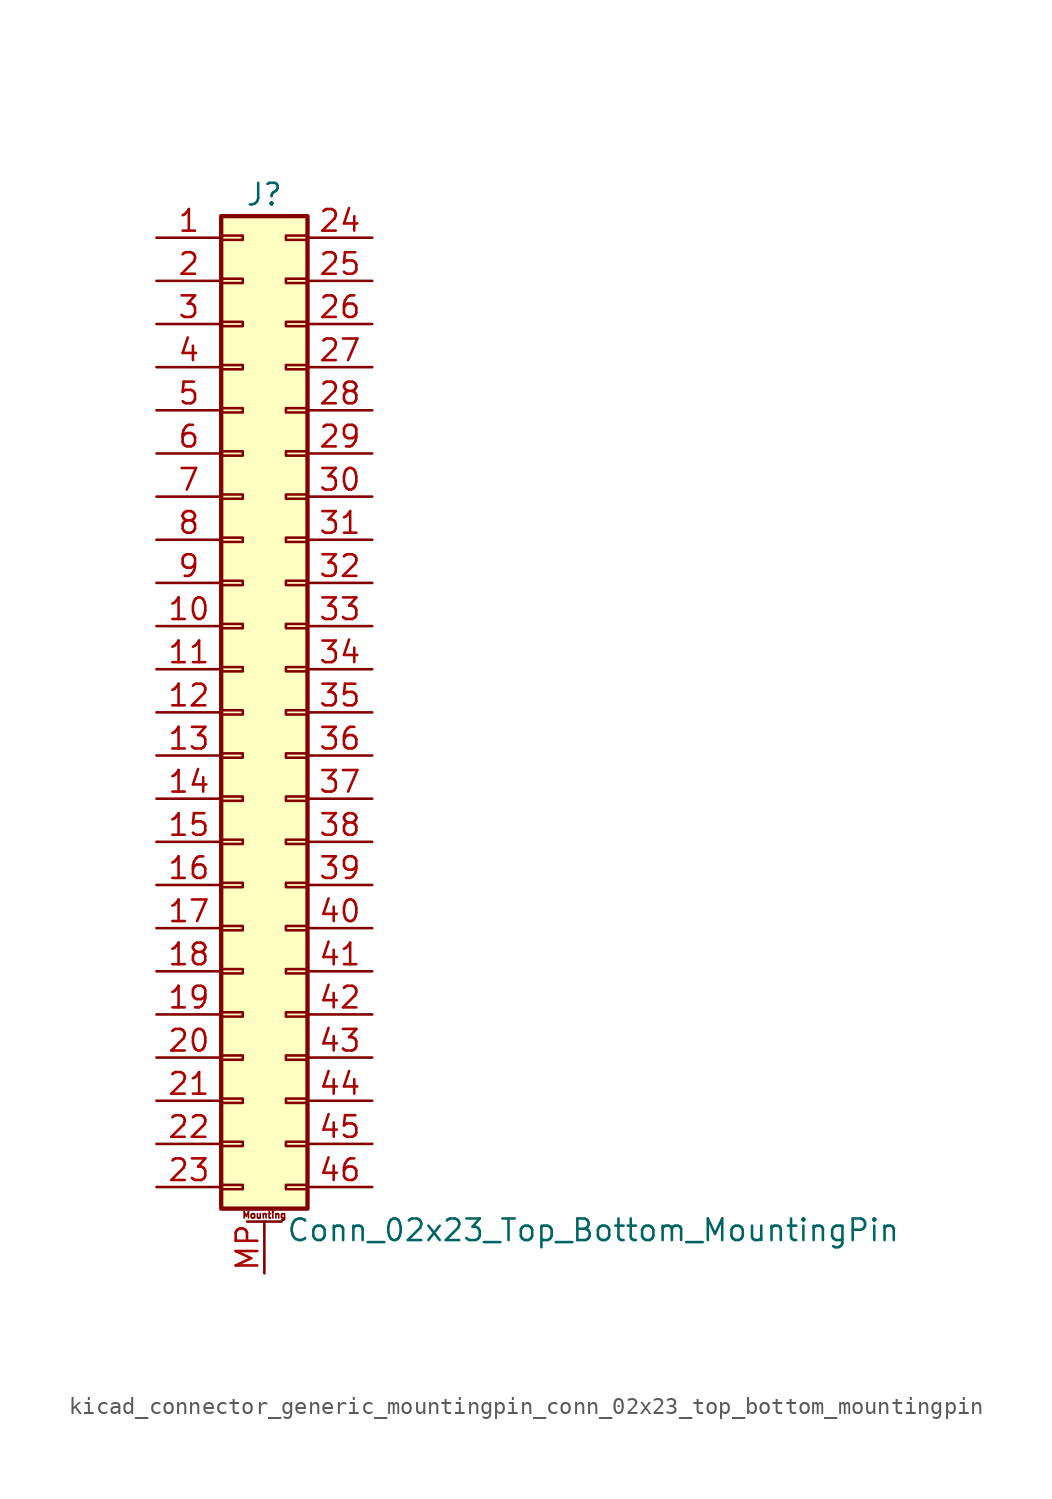
<source format=kicad_sym>
(kicad_symbol_lib
  (version 20220914)
  (generator kicad_symbol_editor)
  (symbol "kicad_connector_generic_mountingpin_conn_02x23_top_bottom_mountingpin"
    (pin_names
      (offset 1.016) hide)
    (property "Reference" "J"
      (at 1.27 30.48 0)
      (effects (font (size 1.27 1.27))))
    (property "Value" "Conn_02x23_Top_Bottom_MountingPin"
      (at 2.54 -30.48 0)
      (effects (font (size 1.27 1.27)) (justify left)))
    (symbol "kicad_connector_generic_mountingpin_conn_02x23_top_bottom_mountingpin_1_1"
      (rectangle (start -1.27 -27.813) (end 0 -28.067) (stroke (width 0.152) (type default)) (fill (type none)))
      (rectangle (start -1.27 -25.273) (end 0 -25.527) (stroke (width 0.152) (type default)) (fill (type none)))
      (rectangle (start -1.27 -22.733) (end 0 -22.987) (stroke (width 0.152) (type default)) (fill (type none)))
      (rectangle (start -1.27 -20.193) (end 0 -20.447) (stroke (width 0.152) (type default)) (fill (type none)))
      (rectangle (start -1.27 -17.653) (end 0 -17.907) (stroke (width 0.152) (type default)) (fill (type none)))
      (rectangle (start -1.27 -15.113) (end 0 -15.367) (stroke (width 0.152) (type default)) (fill (type none)))
      (rectangle (start -1.27 -12.573) (end 0 -12.827) (stroke (width 0.152) (type default)) (fill (type none)))
      (rectangle (start -1.27 -10.033) (end 0 -10.287) (stroke (width 0.152) (type default)) (fill (type none)))
      (rectangle (start -1.27 -7.493) (end 0 -7.747) (stroke (width 0.152) (type default)) (fill (type none)))
      (rectangle (start -1.27 -4.953) (end 0 -5.207) (stroke (width 0.152) (type default)) (fill (type none)))
      (rectangle (start -1.27 -2.413) (end 0 -2.667) (stroke (width 0.152) (type default)) (fill (type none)))
      (rectangle (start -1.27 0.127) (end 0 -0.127) (stroke (width 0.152) (type default)) (fill (type none)))
      (rectangle (start -1.27 2.667) (end 0 2.413) (stroke (width 0.152) (type default)) (fill (type none)))
      (rectangle (start -1.27 5.207) (end 0 4.953) (stroke (width 0.152) (type default)) (fill (type none)))
      (rectangle (start -1.27 7.747) (end 0 7.493) (stroke (width 0.152) (type default)) (fill (type none)))
      (rectangle (start -1.27 10.287) (end 0 10.033) (stroke (width 0.152) (type default)) (fill (type none)))
      (rectangle (start -1.27 12.827) (end 0 12.573) (stroke (width 0.152) (type default)) (fill (type none)))
      (rectangle (start -1.27 15.367) (end 0 15.113) (stroke (width 0.152) (type default)) (fill (type none)))
      (rectangle (start -1.27 17.907) (end 0 17.653) (stroke (width 0.152) (type default)) (fill (type none)))
      (rectangle (start -1.27 20.447) (end 0 20.193) (stroke (width 0.152) (type default)) (fill (type none)))
      (rectangle (start -1.27 22.987) (end 0 22.733) (stroke (width 0.152) (type default)) (fill (type none)))
      (rectangle (start -1.27 25.527) (end 0 25.273) (stroke (width 0.152) (type default)) (fill (type none)))
      (rectangle (start -1.27 28.067) (end 0 27.813) (stroke (width 0.152) (type default)) (fill (type none)))
      (rectangle (start -1.27 29.21) (end 3.81 -29.21) (stroke (width 0.254) (type default)) (fill (type background)))
      (polyline (pts (xy 0.254 -29.972) (xy 2.286 -29.972)) (stroke (width 0.152) (type default)) (fill (type none)))
      (rectangle (start 3.81 -27.813) (end 2.54 -28.067) (stroke (width 0.152) (type default)) (fill (type none)))
      (rectangle (start 3.81 -25.273) (end 2.54 -25.527) (stroke (width 0.152) (type default)) (fill (type none)))
      (rectangle (start 3.81 -22.733) (end 2.54 -22.987) (stroke (width 0.152) (type default)) (fill (type none)))
      (rectangle (start 3.81 -20.193) (end 2.54 -20.447) (stroke (width 0.152) (type default)) (fill (type none)))
      (rectangle (start 3.81 -17.653) (end 2.54 -17.907) (stroke (width 0.152) (type default)) (fill (type none)))
      (rectangle (start 3.81 -15.113) (end 2.54 -15.367) (stroke (width 0.152) (type default)) (fill (type none)))
      (rectangle (start 3.81 -12.573) (end 2.54 -12.827) (stroke (width 0.152) (type default)) (fill (type none)))
      (rectangle (start 3.81 -10.033) (end 2.54 -10.287) (stroke (width 0.152) (type default)) (fill (type none)))
      (rectangle (start 3.81 -7.493) (end 2.54 -7.747) (stroke (width 0.152) (type default)) (fill (type none)))
      (rectangle (start 3.81 -4.953) (end 2.54 -5.207) (stroke (width 0.152) (type default)) (fill (type none)))
      (rectangle (start 3.81 -2.413) (end 2.54 -2.667) (stroke (width 0.152) (type default)) (fill (type none)))
      (rectangle (start 3.81 0.127) (end 2.54 -0.127) (stroke (width 0.152) (type default)) (fill (type none)))
      (rectangle (start 3.81 2.667) (end 2.54 2.413) (stroke (width 0.152) (type default)) (fill (type none)))
      (rectangle (start 3.81 5.207) (end 2.54 4.953) (stroke (width 0.152) (type default)) (fill (type none)))
      (rectangle (start 3.81 7.747) (end 2.54 7.493) (stroke (width 0.152) (type default)) (fill (type none)))
      (rectangle (start 3.81 10.287) (end 2.54 10.033) (stroke (width 0.152) (type default)) (fill (type none)))
      (rectangle (start 3.81 12.827) (end 2.54 12.573) (stroke (width 0.152) (type default)) (fill (type none)))
      (rectangle (start 3.81 15.367) (end 2.54 15.113) (stroke (width 0.152) (type default)) (fill (type none)))
      (rectangle (start 3.81 17.907) (end 2.54 17.653) (stroke (width 0.152) (type default)) (fill (type none)))
      (rectangle (start 3.81 20.447) (end 2.54 20.193) (stroke (width 0.152) (type default)) (fill (type none)))
      (rectangle (start 3.81 22.987) (end 2.54 22.733) (stroke (width 0.152) (type default)) (fill (type none)))
      (rectangle (start 3.81 25.527) (end 2.54 25.273) (stroke (width 0.152) (type default)) (fill (type none)))
      (rectangle (start 3.81 28.067) (end 2.54 27.813) (stroke (width 0.152) (type default)) (fill (type none)))
      (text "Mounting" (at 1.27 -29.591 0) (effects (font (size 0.381 0.381))))
      (pin passive line (at -5.08 27.94 0) (length 3.81) (name "Pin_1" (effects (font (size 1.27 1.27)))) (number "1" (effects (font (size 1.27 1.27)))))
      (pin passive line (at -5.08 5.08 0) (length 3.81) (name "Pin_10" (effects (font (size 1.27 1.27)))) (number "10" (effects (font (size 1.27 1.27)))))
      (pin passive line (at -5.08 2.54 0) (length 3.81) (name "Pin_11" (effects (font (size 1.27 1.27)))) (number "11" (effects (font (size 1.27 1.27)))))
      (pin passive line (at -5.08 0 0) (length 3.81) (name "Pin_12" (effects (font (size 1.27 1.27)))) (number "12" (effects (font (size 1.27 1.27)))))
      (pin passive line (at -5.08 -2.54 0) (length 3.81) (name "Pin_13" (effects (font (size 1.27 1.27)))) (number "13" (effects (font (size 1.27 1.27)))))
      (pin passive line (at -5.08 -5.08 0) (length 3.81) (name "Pin_14" (effects (font (size 1.27 1.27)))) (number "14" (effects (font (size 1.27 1.27)))))
      (pin passive line (at -5.08 -7.62 0) (length 3.81) (name "Pin_15" (effects (font (size 1.27 1.27)))) (number "15" (effects (font (size 1.27 1.27)))))
      (pin passive line (at -5.08 -10.16 0) (length 3.81) (name "Pin_16" (effects (font (size 1.27 1.27)))) (number "16" (effects (font (size 1.27 1.27)))))
      (pin passive line (at -5.08 -12.7 0) (length 3.81) (name "Pin_17" (effects (font (size 1.27 1.27)))) (number "17" (effects (font (size 1.27 1.27)))))
      (pin passive line (at -5.08 -15.24 0) (length 3.81) (name "Pin_18" (effects (font (size 1.27 1.27)))) (number "18" (effects (font (size 1.27 1.27)))))
      (pin passive line (at -5.08 -17.78 0) (length 3.81) (name "Pin_19" (effects (font (size 1.27 1.27)))) (number "19" (effects (font (size 1.27 1.27)))))
      (pin passive line (at -5.08 25.4 0) (length 3.81) (name "Pin_2" (effects (font (size 1.27 1.27)))) (number "2" (effects (font (size 1.27 1.27)))))
      (pin passive line (at -5.08 -20.32 0) (length 3.81) (name "Pin_20" (effects (font (size 1.27 1.27)))) (number "20" (effects (font (size 1.27 1.27)))))
      (pin passive line (at -5.08 -22.86 0) (length 3.81) (name "Pin_21" (effects (font (size 1.27 1.27)))) (number "21" (effects (font (size 1.27 1.27)))))
      (pin passive line (at -5.08 -25.4 0) (length 3.81) (name "Pin_22" (effects (font (size 1.27 1.27)))) (number "22" (effects (font (size 1.27 1.27)))))
      (pin passive line (at -5.08 -27.94 0) (length 3.81) (name "Pin_23" (effects (font (size 1.27 1.27)))) (number "23" (effects (font (size 1.27 1.27)))))
      (pin passive line (at 7.62 27.94 180) (length 3.81) (name "Pin_24" (effects (font (size 1.27 1.27)))) (number "24" (effects (font (size 1.27 1.27)))))
      (pin passive line (at 7.62 25.4 180) (length 3.81) (name "Pin_25" (effects (font (size 1.27 1.27)))) (number "25" (effects (font (size 1.27 1.27)))))
      (pin passive line (at 7.62 22.86 180) (length 3.81) (name "Pin_26" (effects (font (size 1.27 1.27)))) (number "26" (effects (font (size 1.27 1.27)))))
      (pin passive line (at 7.62 20.32 180) (length 3.81) (name "Pin_27" (effects (font (size 1.27 1.27)))) (number "27" (effects (font (size 1.27 1.27)))))
      (pin passive line (at 7.62 17.78 180) (length 3.81) (name "Pin_28" (effects (font (size 1.27 1.27)))) (number "28" (effects (font (size 1.27 1.27)))))
      (pin passive line (at 7.62 15.24 180) (length 3.81) (name "Pin_29" (effects (font (size 1.27 1.27)))) (number "29" (effects (font (size 1.27 1.27)))))
      (pin passive line (at -5.08 22.86 0) (length 3.81) (name "Pin_3" (effects (font (size 1.27 1.27)))) (number "3" (effects (font (size 1.27 1.27)))))
      (pin passive line (at 7.62 12.7 180) (length 3.81) (name "Pin_30" (effects (font (size 1.27 1.27)))) (number "30" (effects (font (size 1.27 1.27)))))
      (pin passive line (at 7.62 10.16 180) (length 3.81) (name "Pin_31" (effects (font (size 1.27 1.27)))) (number "31" (effects (font (size 1.27 1.27)))))
      (pin passive line (at 7.62 7.62 180) (length 3.81) (name "Pin_32" (effects (font (size 1.27 1.27)))) (number "32" (effects (font (size 1.27 1.27)))))
      (pin passive line (at 7.62 5.08 180) (length 3.81) (name "Pin_33" (effects (font (size 1.27 1.27)))) (number "33" (effects (font (size 1.27 1.27)))))
      (pin passive line (at 7.62 2.54 180) (length 3.81) (name "Pin_34" (effects (font (size 1.27 1.27)))) (number "34" (effects (font (size 1.27 1.27)))))
      (pin passive line (at 7.62 0 180) (length 3.81) (name "Pin_35" (effects (font (size 1.27 1.27)))) (number "35" (effects (font (size 1.27 1.27)))))
      (pin passive line (at 7.62 -2.54 180) (length 3.81) (name "Pin_36" (effects (font (size 1.27 1.27)))) (number "36" (effects (font (size 1.27 1.27)))))
      (pin passive line (at 7.62 -5.08 180) (length 3.81) (name "Pin_37" (effects (font (size 1.27 1.27)))) (number "37" (effects (font (size 1.27 1.27)))))
      (pin passive line (at 7.62 -7.62 180) (length 3.81) (name "Pin_38" (effects (font (size 1.27 1.27)))) (number "38" (effects (font (size 1.27 1.27)))))
      (pin passive line (at 7.62 -10.16 180) (length 3.81) (name "Pin_39" (effects (font (size 1.27 1.27)))) (number "39" (effects (font (size 1.27 1.27)))))
      (pin passive line (at -5.08 20.32 0) (length 3.81) (name "Pin_4" (effects (font (size 1.27 1.27)))) (number "4" (effects (font (size 1.27 1.27)))))
      (pin passive line (at 7.62 -12.7 180) (length 3.81) (name "Pin_40" (effects (font (size 1.27 1.27)))) (number "40" (effects (font (size 1.27 1.27)))))
      (pin passive line (at 7.62 -15.24 180) (length 3.81) (name "Pin_41" (effects (font (size 1.27 1.27)))) (number "41" (effects (font (size 1.27 1.27)))))
      (pin passive line (at 7.62 -17.78 180) (length 3.81) (name "Pin_42" (effects (font (size 1.27 1.27)))) (number "42" (effects (font (size 1.27 1.27)))))
      (pin passive line (at 7.62 -20.32 180) (length 3.81) (name "Pin_43" (effects (font (size 1.27 1.27)))) (number "43" (effects (font (size 1.27 1.27)))))
      (pin passive line (at 7.62 -22.86 180) (length 3.81) (name "Pin_44" (effects (font (size 1.27 1.27)))) (number "44" (effects (font (size 1.27 1.27)))))
      (pin passive line (at 7.62 -25.4 180) (length 3.81) (name "Pin_45" (effects (font (size 1.27 1.27)))) (number "45" (effects (font (size 1.27 1.27)))))
      (pin passive line (at 7.62 -27.94 180) (length 3.81) (name "Pin_46" (effects (font (size 1.27 1.27)))) (number "46" (effects (font (size 1.27 1.27)))))
      (pin passive line (at -5.08 17.78 0) (length 3.81) (name "Pin_5" (effects (font (size 1.27 1.27)))) (number "5" (effects (font (size 1.27 1.27)))))
      (pin passive line (at -5.08 15.24 0) (length 3.81) (name "Pin_6" (effects (font (size 1.27 1.27)))) (number "6" (effects (font (size 1.27 1.27)))))
      (pin passive line (at -5.08 12.7 0) (length 3.81) (name "Pin_7" (effects (font (size 1.27 1.27)))) (number "7" (effects (font (size 1.27 1.27)))))
      (pin passive line (at -5.08 10.16 0) (length 3.81) (name "Pin_8" (effects (font (size 1.27 1.27)))) (number "8" (effects (font (size 1.27 1.27)))))
      (pin passive line (at -5.08 7.62 0) (length 3.81) (name "Pin_9" (effects (font (size 1.27 1.27)))) (number "9" (effects (font (size 1.27 1.27)))))
      (pin passive line (at 1.27 -33.02 90) (length 3.048) (name "MountPin" (effects (font (size 1.27 1.27)))) (number "MP" (effects (font (size 1.27 1.27))))))))
</source>
